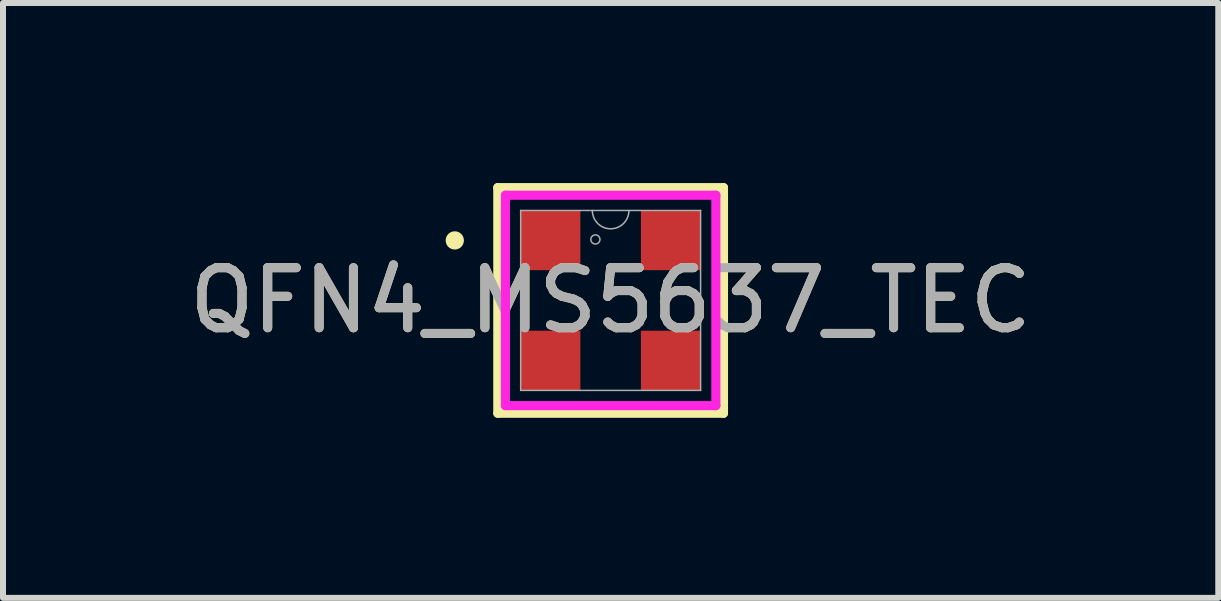
<source format=kicad_pcb>
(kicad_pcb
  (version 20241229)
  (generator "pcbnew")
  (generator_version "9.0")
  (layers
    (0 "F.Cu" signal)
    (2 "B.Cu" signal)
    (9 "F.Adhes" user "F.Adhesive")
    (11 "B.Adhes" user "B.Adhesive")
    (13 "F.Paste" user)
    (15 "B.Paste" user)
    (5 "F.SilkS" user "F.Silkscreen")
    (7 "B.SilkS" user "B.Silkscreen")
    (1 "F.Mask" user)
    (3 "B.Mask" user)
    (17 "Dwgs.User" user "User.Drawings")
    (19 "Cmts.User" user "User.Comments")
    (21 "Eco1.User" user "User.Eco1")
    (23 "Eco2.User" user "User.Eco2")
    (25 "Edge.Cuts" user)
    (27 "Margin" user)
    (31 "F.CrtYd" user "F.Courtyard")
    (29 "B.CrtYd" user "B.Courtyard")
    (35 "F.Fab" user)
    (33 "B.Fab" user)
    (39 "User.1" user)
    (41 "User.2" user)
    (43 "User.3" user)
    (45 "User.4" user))
  (footprint "QFN4_MS5637_TEC"
    (layer "F.Cu")
    (at 7.125 1.956)
    (property "Reference" "QFN4_MS5637_TEC" (at 0 0 0) (unlocked yes) (layer "F.SilkS") (effects (font (size 1 1) (thickness 0.15))))
    (attr smd)
    (fp_poly (pts (xy -1.495 -1.495) (xy -1.495 -0.505) (xy -0.505 -0.505) (xy -0.505 -1.495)) (stroke (width 0) (type solid)) (fill yes) (layer "F.Mask"))
    (fp_poly (pts (xy -1.495 0.505) (xy -1.495 1.495) (xy -0.505 1.495) (xy -0.505 0.505)) (stroke (width 0) (type solid)) (fill yes) (layer "F.Mask"))
    (fp_poly (pts (xy 0.505 -1.495) (xy 0.505 -0.505) (xy 1.495 -0.505) (xy 1.495 -1.495)) (stroke (width 0) (type solid)) (fill yes) (layer "F.Mask"))
    (fp_poly (pts (xy 0.505 0.505) (xy 0.505 1.495) (xy 1.495 1.495) (xy 1.495 0.505)) (stroke (width 0) (type solid)) (fill yes) (layer "F.Mask"))
    (fp_line (start -1.88 -1.88) (end -1.88 1.88) (stroke (width 0.152) (type solid)) (layer "F.SilkS"))
    (fp_line (start -1.88 1.88) (end 1.88 1.88) (stroke (width 0.152) (type solid)) (layer "F.SilkS"))
    (fp_line (start 1.88 -1.88) (end -1.88 -1.88) (stroke (width 0.152) (type solid)) (layer "F.SilkS"))
    (fp_line (start 1.88 1.88) (end 1.88 -1.88) (stroke (width 0.152) (type solid)) (layer "F.SilkS"))
    (fp_circle (center -2.597 -1) (end -2.521 -1) (stroke (width 0.152) (type solid)) (fill no) (layer "F.SilkS"))
    (fp_poly (pts (xy -1.495 -1.495) (xy -1.495 -0.505) (xy -0.505 -0.505) (xy -0.505 -1.495)) (stroke (width 0) (type solid)) (fill yes) (layer "F.Paste"))
    (fp_poly (pts (xy -1.495 0.505) (xy -1.495 1.495) (xy -0.505 1.495) (xy -0.505 0.505)) (stroke (width 0) (type solid)) (fill yes) (layer "F.Paste"))
    (fp_poly (pts (xy 0.505 -1.495) (xy 0.505 -0.505) (xy 1.495 -0.505) (xy 1.495 -1.495)) (stroke (width 0) (type solid)) (fill yes) (layer "F.Paste"))
    (fp_poly (pts (xy 0.505 0.505) (xy 0.505 1.495) (xy 1.495 1.495) (xy 1.495 0.505)) (stroke (width 0) (type solid)) (fill yes) (layer "F.Paste"))
    (fp_line (start -1.753 -1.753) (end 1.753 -1.753) (stroke (width 0.152) (type solid)) (layer "F.CrtYd"))
    (fp_line (start -1.753 1.753) (end -1.753 -1.753) (stroke (width 0.152) (type solid)) (layer "F.CrtYd"))
    (fp_line (start 1.753 -1.753) (end 1.753 1.753) (stroke (width 0.152) (type solid)) (layer "F.CrtYd"))
    (fp_line (start 1.753 1.753) (end -1.753 1.753) (stroke (width 0.152) (type solid)) (layer "F.CrtYd"))
    (fp_line (start -1.499 -1.499) (end -1.499 1.499) (stroke (width 0.025) (type solid)) (layer "F.Fab"))
    (fp_line (start -1.499 1.499) (end 1.499 1.499) (stroke (width 0.025) (type solid)) (layer "F.Fab"))
    (fp_line (start 1.499 -1.499) (end -1.499 -1.499) (stroke (width 0.025) (type solid)) (layer "F.Fab"))
    (fp_line (start 1.499 1.499) (end 1.499 -1.499) (stroke (width 0.025) (type solid)) (layer "F.Fab"))
    (fp_arc (start 0.3048 -1.4986) (mid 0 -1.1938) (end -0.3048 -1.4986) (stroke (width 0.0254) (type solid)) (layer "F.Fab"))
    (fp_circle (center -0.254 -1.016) (end -0.178 -1.016) (stroke (width 0.025) (type solid)) (fill no) (layer "F.Fab"))
    (fp_text user "${REFERENCE}" (at 0 0 0) (unlocked yes) (layer "F.Fab") (effects (font (size 1 1) (thickness 0.15))))
    (pad "1" smd rect (at -1 -1) (size 0.991 0.991) (layers "F.Cu" "F.Mask" "F.Paste"))
    (pad "2" smd rect (at -1 1) (size 0.991 0.991) (layers "F.Cu" "F.Mask" "F.Paste"))
    (pad "3" smd rect (at 1 1) (size 0.991 0.991) (layers "F.Cu" "F.Mask" "F.Paste"))
    (pad "4" smd rect (at 1 -1) (size 0.991 0.991) (layers "F.Cu" "F.Mask" "F.Paste")))
  (gr_rect
    (start -3 -3)
    (end 17.25 6.912)
    (stroke (width 0.1) (type default))
    (fill no)
    (layer "Edge.Cuts")))
</source>
